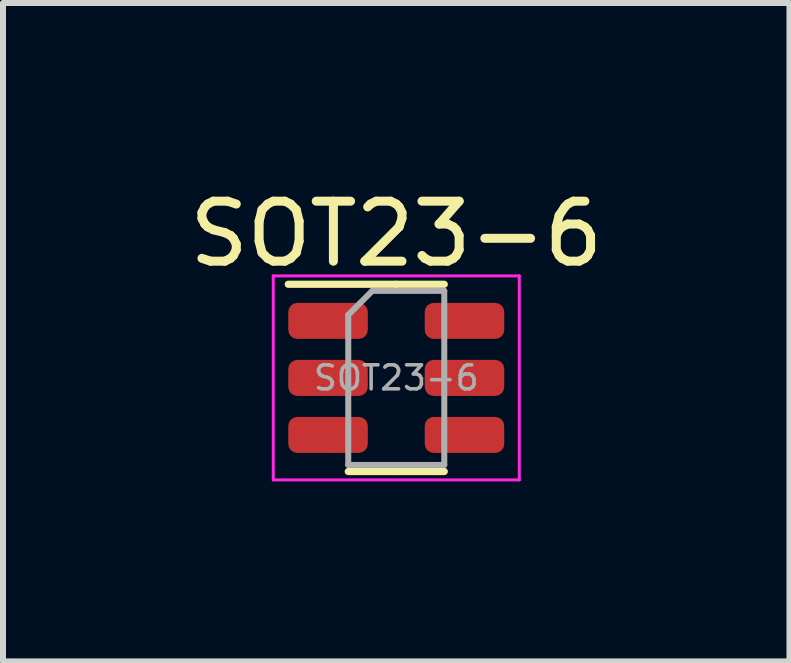
<source format=kicad_pcb>
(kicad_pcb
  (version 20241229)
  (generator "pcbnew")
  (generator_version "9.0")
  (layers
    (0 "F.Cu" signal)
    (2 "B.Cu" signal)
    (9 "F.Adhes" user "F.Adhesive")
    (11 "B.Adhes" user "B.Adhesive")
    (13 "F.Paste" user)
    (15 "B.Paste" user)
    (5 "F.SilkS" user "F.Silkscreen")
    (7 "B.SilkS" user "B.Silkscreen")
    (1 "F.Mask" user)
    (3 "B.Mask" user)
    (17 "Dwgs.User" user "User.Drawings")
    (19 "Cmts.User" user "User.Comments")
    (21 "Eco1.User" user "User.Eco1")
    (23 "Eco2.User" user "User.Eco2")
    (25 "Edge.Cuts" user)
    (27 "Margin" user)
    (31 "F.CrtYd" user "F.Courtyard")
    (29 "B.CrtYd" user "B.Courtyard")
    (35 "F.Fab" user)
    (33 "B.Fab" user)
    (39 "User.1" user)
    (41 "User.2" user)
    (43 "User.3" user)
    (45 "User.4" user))
  (footprint "SOT23-6"
    (layer "F.Cu")
    (at 3.554 3.248)
    (property "Reference" "SOT23-6" (at 0 -2.4 0) (layer "F.SilkS") (effects (font (size 1 1) (thickness 0.15))))
    (attr smd)
    (fp_line (start 0 -1.56) (end -1.8 -1.56) (stroke (width 0.12) (type solid)) (layer "F.SilkS"))
    (fp_line (start 0 -1.56) (end 0.8 -1.56) (stroke (width 0.12) (type solid)) (layer "F.SilkS"))
    (fp_line (start 0 1.56) (end -0.8 1.56) (stroke (width 0.12) (type solid)) (layer "F.SilkS"))
    (fp_line (start 0 1.56) (end 0.8 1.56) (stroke (width 0.12) (type solid)) (layer "F.SilkS"))
    (fp_line (start -2.05 -1.7) (end -2.05 1.7) (stroke (width 0.05) (type solid)) (layer "F.CrtYd"))
    (fp_line (start -2.05 1.7) (end 2.05 1.7) (stroke (width 0.05) (type solid)) (layer "F.CrtYd"))
    (fp_line (start 2.05 -1.7) (end -2.05 -1.7) (stroke (width 0.05) (type solid)) (layer "F.CrtYd"))
    (fp_line (start 2.05 1.7) (end 2.05 -1.7) (stroke (width 0.05) (type solid)) (layer "F.CrtYd"))
    (fp_line (start -0.8 -1.05) (end -0.4 -1.45) (stroke (width 0.1) (type solid)) (layer "F.Fab"))
    (fp_line (start -0.8 1.45) (end -0.8 -1.05) (stroke (width 0.1) (type solid)) (layer "F.Fab"))
    (fp_line (start -0.4 -1.45) (end 0.8 -1.45) (stroke (width 0.1) (type solid)) (layer "F.Fab"))
    (fp_line (start 0.8 -1.45) (end 0.8 1.45) (stroke (width 0.1) (type solid)) (layer "F.Fab"))
    (fp_line (start 0.8 1.45) (end -0.8 1.45) (stroke (width 0.1) (type solid)) (layer "F.Fab"))
    (fp_text user "${REFERENCE}" (at 0 0 0) (layer "F.Fab") (effects (font (size 0.4 0.4) (thickness 0.06))))
    (pad "1" smd roundrect (at -1.137 -0.95) (size 1.325 0.6) (layers "F.Cu" "F.Mask" "F.Paste") (roundrect_rratio 0.25))
    (pad "2" smd roundrect (at -1.137 0) (size 1.325 0.6) (layers "F.Cu" "F.Mask" "F.Paste") (roundrect_rratio 0.25))
    (pad "3" smd roundrect (at -1.137 0.95) (size 1.325 0.6) (layers "F.Cu" "F.Mask" "F.Paste") (roundrect_rratio 0.25))
    (pad "4" smd roundrect (at 1.137 0.95) (size 1.325 0.6) (layers "F.Cu" "F.Mask" "F.Paste") (roundrect_rratio 0.25))
    (pad "5" smd roundrect (at 1.137 0) (size 1.325 0.6) (layers "F.Cu" "F.Mask" "F.Paste") (roundrect_rratio 0.25))
    (pad "6" smd roundrect (at 1.137 -0.95) (size 1.325 0.6) (layers "F.Cu" "F.Mask" "F.Paste") (roundrect_rratio 0.25)))
  (gr_rect
    (start -3 -3)
    (end 10.107 7.973)
    (stroke (width 0.1) (type default))
    (fill no)
    (layer "Edge.Cuts")))
</source>
